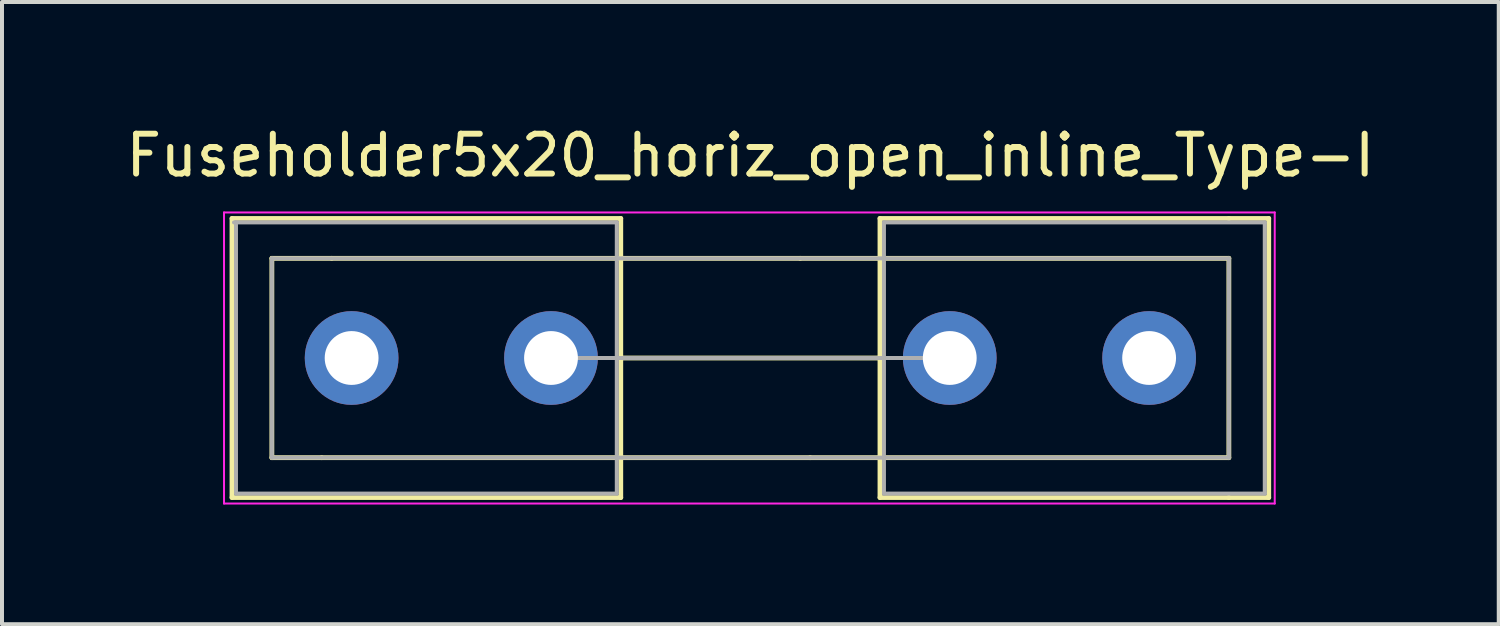
<source format=kicad_pcb>
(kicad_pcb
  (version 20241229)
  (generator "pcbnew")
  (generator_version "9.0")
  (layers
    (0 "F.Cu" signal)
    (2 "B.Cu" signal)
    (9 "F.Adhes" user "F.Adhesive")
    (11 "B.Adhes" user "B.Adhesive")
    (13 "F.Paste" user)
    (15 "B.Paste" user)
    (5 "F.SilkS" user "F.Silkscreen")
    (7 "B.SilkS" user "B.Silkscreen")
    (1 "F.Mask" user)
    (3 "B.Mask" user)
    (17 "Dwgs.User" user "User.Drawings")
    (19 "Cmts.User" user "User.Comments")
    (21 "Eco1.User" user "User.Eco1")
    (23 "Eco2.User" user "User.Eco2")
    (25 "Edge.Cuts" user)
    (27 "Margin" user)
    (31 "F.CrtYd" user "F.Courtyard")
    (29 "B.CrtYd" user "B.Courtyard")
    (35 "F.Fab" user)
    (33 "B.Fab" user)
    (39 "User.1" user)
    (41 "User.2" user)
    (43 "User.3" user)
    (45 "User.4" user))
  (footprint "Fuseholder5x20_horiz_open_inline_Type-I"
    (layer "F.Cu")
    (at 5.768 5.928)
    (property "Reference" "Fuseholder5x20_horiz_open_inline_Type-I" (at 10 -5.08 0) (layer "F.SilkS") (effects (font (size 1 1) (thickness 0.15))))
    (attr through_hole)
    (fp_line (start -3 -3.5) (end -3 3.5) (stroke (width 0.12) (type solid)) (layer "F.SilkS"))
    (fp_line (start -2 -2.5) (end -2 2.5) (stroke (width 0.12) (type solid)) (layer "F.SilkS"))
    (fp_line (start -0.75 2.5) (end -2 2.5) (stroke (width 0.12) (type solid)) (layer "F.SilkS"))
    (fp_line (start -0.5 -2.5) (end -2 -2.5) (stroke (width 0.12) (type solid)) (layer "F.SilkS"))
    (fp_line (start 6.75 -3.5) (end -3 -3.5) (stroke (width 0.12) (type solid)) (layer "F.SilkS"))
    (fp_line (start 6.75 -3.5) (end 6.75 3.5) (stroke (width 0.12) (type solid)) (layer "F.SilkS"))
    (fp_line (start 6.75 3.5) (end -3 3.5) (stroke (width 0.12) (type solid)) (layer "F.SilkS"))
    (fp_line (start 11.25 -2.5) (end -0.5 -2.5) (stroke (width 0.12) (type solid)) (layer "F.SilkS"))
    (fp_line (start 11.5 2.5) (end -0.75 2.5) (stroke (width 0.12) (type solid)) (layer "F.SilkS"))
    (fp_line (start 13.25 -3.5) (end 13.25 3.5) (stroke (width 0.12) (type solid)) (layer "F.SilkS"))
    (fp_line (start 13.25 0) (end 6.75 0) (stroke (width 0.12) (type solid)) (layer "F.SilkS"))
    (fp_line (start 22 -3.5) (end 13.25 -3.5) (stroke (width 0.12) (type solid)) (layer "F.SilkS"))
    (fp_line (start 22 -2.5) (end 11.25 -2.5) (stroke (width 0.12) (type solid)) (layer "F.SilkS"))
    (fp_line (start 22 -2.5) (end 22 2.5) (stroke (width 0.12) (type solid)) (layer "F.SilkS"))
    (fp_line (start 22 2.5) (end 11.5 2.5) (stroke (width 0.12) (type solid)) (layer "F.SilkS"))
    (fp_line (start 22 3.5) (end 13.25 3.5) (stroke (width 0.12) (type solid)) (layer "F.SilkS"))
    (fp_line (start 23 -3.5) (end 22 -3.5) (stroke (width 0.12) (type solid)) (layer "F.SilkS"))
    (fp_line (start 23 -3.5) (end 23 3.5) (stroke (width 0.12) (type solid)) (layer "F.SilkS"))
    (fp_line (start 23 3.5) (end 22 3.5) (stroke (width 0.12) (type solid)) (layer "F.SilkS"))
    (fp_line (start -3.2 -3.65) (end -3.2 3.65) (stroke (width 0.05) (type solid)) (layer "F.CrtYd"))
    (fp_line (start -3.2 -3.65) (end 23.15 -3.65) (stroke (width 0.05) (type solid)) (layer "F.CrtYd"))
    (fp_line (start 23.15 3.65) (end -3.2 3.65) (stroke (width 0.05) (type solid)) (layer "F.CrtYd"))
    (fp_line (start 23.15 3.65) (end 23.15 -3.65) (stroke (width 0.05) (type solid)) (layer "F.CrtYd"))
    (fp_line (start -2.95 -3.4) (end 6.65 -3.4) (stroke (width 0.1) (type solid)) (layer "F.Fab"))
    (fp_line (start -2.9 3.4) (end -2.9 -3.4) (stroke (width 0.1) (type solid)) (layer "F.Fab"))
    (fp_line (start -2 -2.5) (end 22 -2.5) (stroke (width 0.1) (type solid)) (layer "F.Fab"))
    (fp_line (start -2 2.5) (end -2 -2.5) (stroke (width 0.1) (type solid)) (layer "F.Fab"))
    (fp_line (start 5 0) (end 15 0) (stroke (width 0.1) (type solid)) (layer "F.Fab"))
    (fp_line (start 6.65 -3.4) (end 6.65 3.4) (stroke (width 0.1) (type solid)) (layer "F.Fab"))
    (fp_line (start 6.65 3.4) (end -2.9 3.4) (stroke (width 0.1) (type solid)) (layer "F.Fab"))
    (fp_line (start 13.35 -3.4) (end 13.35 3.4) (stroke (width 0.1) (type solid)) (layer "F.Fab"))
    (fp_line (start 13.35 3.4) (end 22.9 3.4) (stroke (width 0.1) (type solid)) (layer "F.Fab"))
    (fp_line (start 22 -2.5) (end 22 2.5) (stroke (width 0.1) (type solid)) (layer "F.Fab"))
    (fp_line (start 22 2.5) (end -2 2.5) (stroke (width 0.1) (type solid)) (layer "F.Fab"))
    (fp_line (start 22.9 -3.4) (end 13.35 -3.4) (stroke (width 0.1) (type solid)) (layer "F.Fab"))
    (fp_line (start 22.9 3.4) (end 22.9 -3.4) (stroke (width 0.1) (type solid)) (layer "F.Fab"))
    (pad "1" thru_hole circle (at 0 0) (size 2.35 2.35) (drill 1.35) (layers "*.Cu" "*.Mask"))
    (pad "1" thru_hole circle (at 5 0) (size 2.35 2.35) (drill 1.35) (layers "*.Cu" "*.Mask"))
    (pad "2" thru_hole circle (at 15 0) (size 2.35 2.35) (drill 1.35) (layers "*.Cu" "*.Mask"))
    (pad "2" thru_hole circle (at 20 0) (size 2.35 2.35) (drill 1.35) (layers "*.Cu" "*.Mask")))
  (gr_rect
    (start -3 -3)
    (end 34.536 12.603)
    (stroke (width 0.1) (type default))
    (fill no)
    (layer "Edge.Cuts")))
</source>
